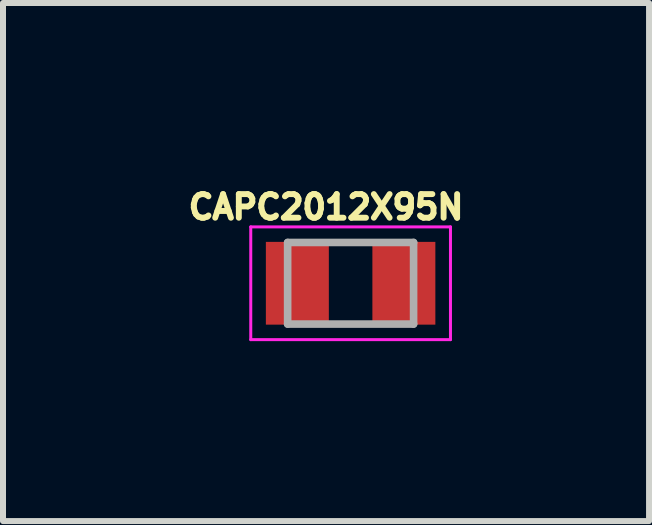
<source format=kicad_pcb>
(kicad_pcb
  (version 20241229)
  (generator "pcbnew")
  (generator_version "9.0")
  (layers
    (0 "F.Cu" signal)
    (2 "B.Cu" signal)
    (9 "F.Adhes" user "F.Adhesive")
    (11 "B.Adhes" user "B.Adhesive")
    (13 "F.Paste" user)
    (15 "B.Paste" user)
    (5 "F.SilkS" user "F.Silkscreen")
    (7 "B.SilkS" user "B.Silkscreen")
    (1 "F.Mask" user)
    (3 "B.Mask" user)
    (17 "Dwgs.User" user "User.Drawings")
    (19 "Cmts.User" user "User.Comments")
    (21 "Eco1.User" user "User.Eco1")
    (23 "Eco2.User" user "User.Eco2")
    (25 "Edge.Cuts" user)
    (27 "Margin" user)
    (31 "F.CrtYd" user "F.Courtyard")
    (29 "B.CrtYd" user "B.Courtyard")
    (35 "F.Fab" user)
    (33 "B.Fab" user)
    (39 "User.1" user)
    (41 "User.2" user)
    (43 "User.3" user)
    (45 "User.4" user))
  (footprint "CAPC2012X95N"
    (layer "F.Cu")
    (at 2.796 1.673)
    (property "Reference" "CAPC2012X95N" (at -0.41 -1.27 0) (layer "F.SilkS") (effects (font (size 0.394 0.394) (thickness 0.15))))
    (attr smd)
    (fp_line (start -1.665 -0.94) (end 1.665 -0.94) (stroke (width 0.05) (type solid)) (layer "F.CrtYd"))
    (fp_line (start -1.665 0.94) (end -1.665 -0.94) (stroke (width 0.05) (type solid)) (layer "F.CrtYd"))
    (fp_line (start -1.665 0.94) (end 1.665 0.94) (stroke (width 0.05) (type solid)) (layer "F.CrtYd"))
    (fp_line (start 1.665 0.94) (end 1.665 -0.94) (stroke (width 0.05) (type solid)) (layer "F.CrtYd"))
    (fp_line (start -1.05 0.68) (end -1.05 -0.68) (stroke (width 0.127) (type solid)) (layer "F.Fab"))
    (fp_line (start 1.05 -0.68) (end -1.05 -0.68) (stroke (width 0.127) (type solid)) (layer "F.Fab"))
    (fp_line (start 1.05 0.68) (end -1.05 0.68) (stroke (width 0.127) (type solid)) (layer "F.Fab"))
    (fp_line (start 1.05 0.68) (end 1.05 -0.68) (stroke (width 0.127) (type solid)) (layer "F.Fab"))
    (pad "1" smd rect (at -0.888 0) (size 1.05 1.38) (layers "F.Cu" "F.Mask" "F.Paste"))
    (pad "2" smd rect (at 0.888 0) (size 1.05 1.38) (layers "F.Cu" "F.Mask" "F.Paste")))
  (gr_rect
    (start -3 -3)
    (end 7.772 5.638)
    (stroke (width 0.1) (type default))
    (fill no)
    (layer "Edge.Cuts")))
</source>
